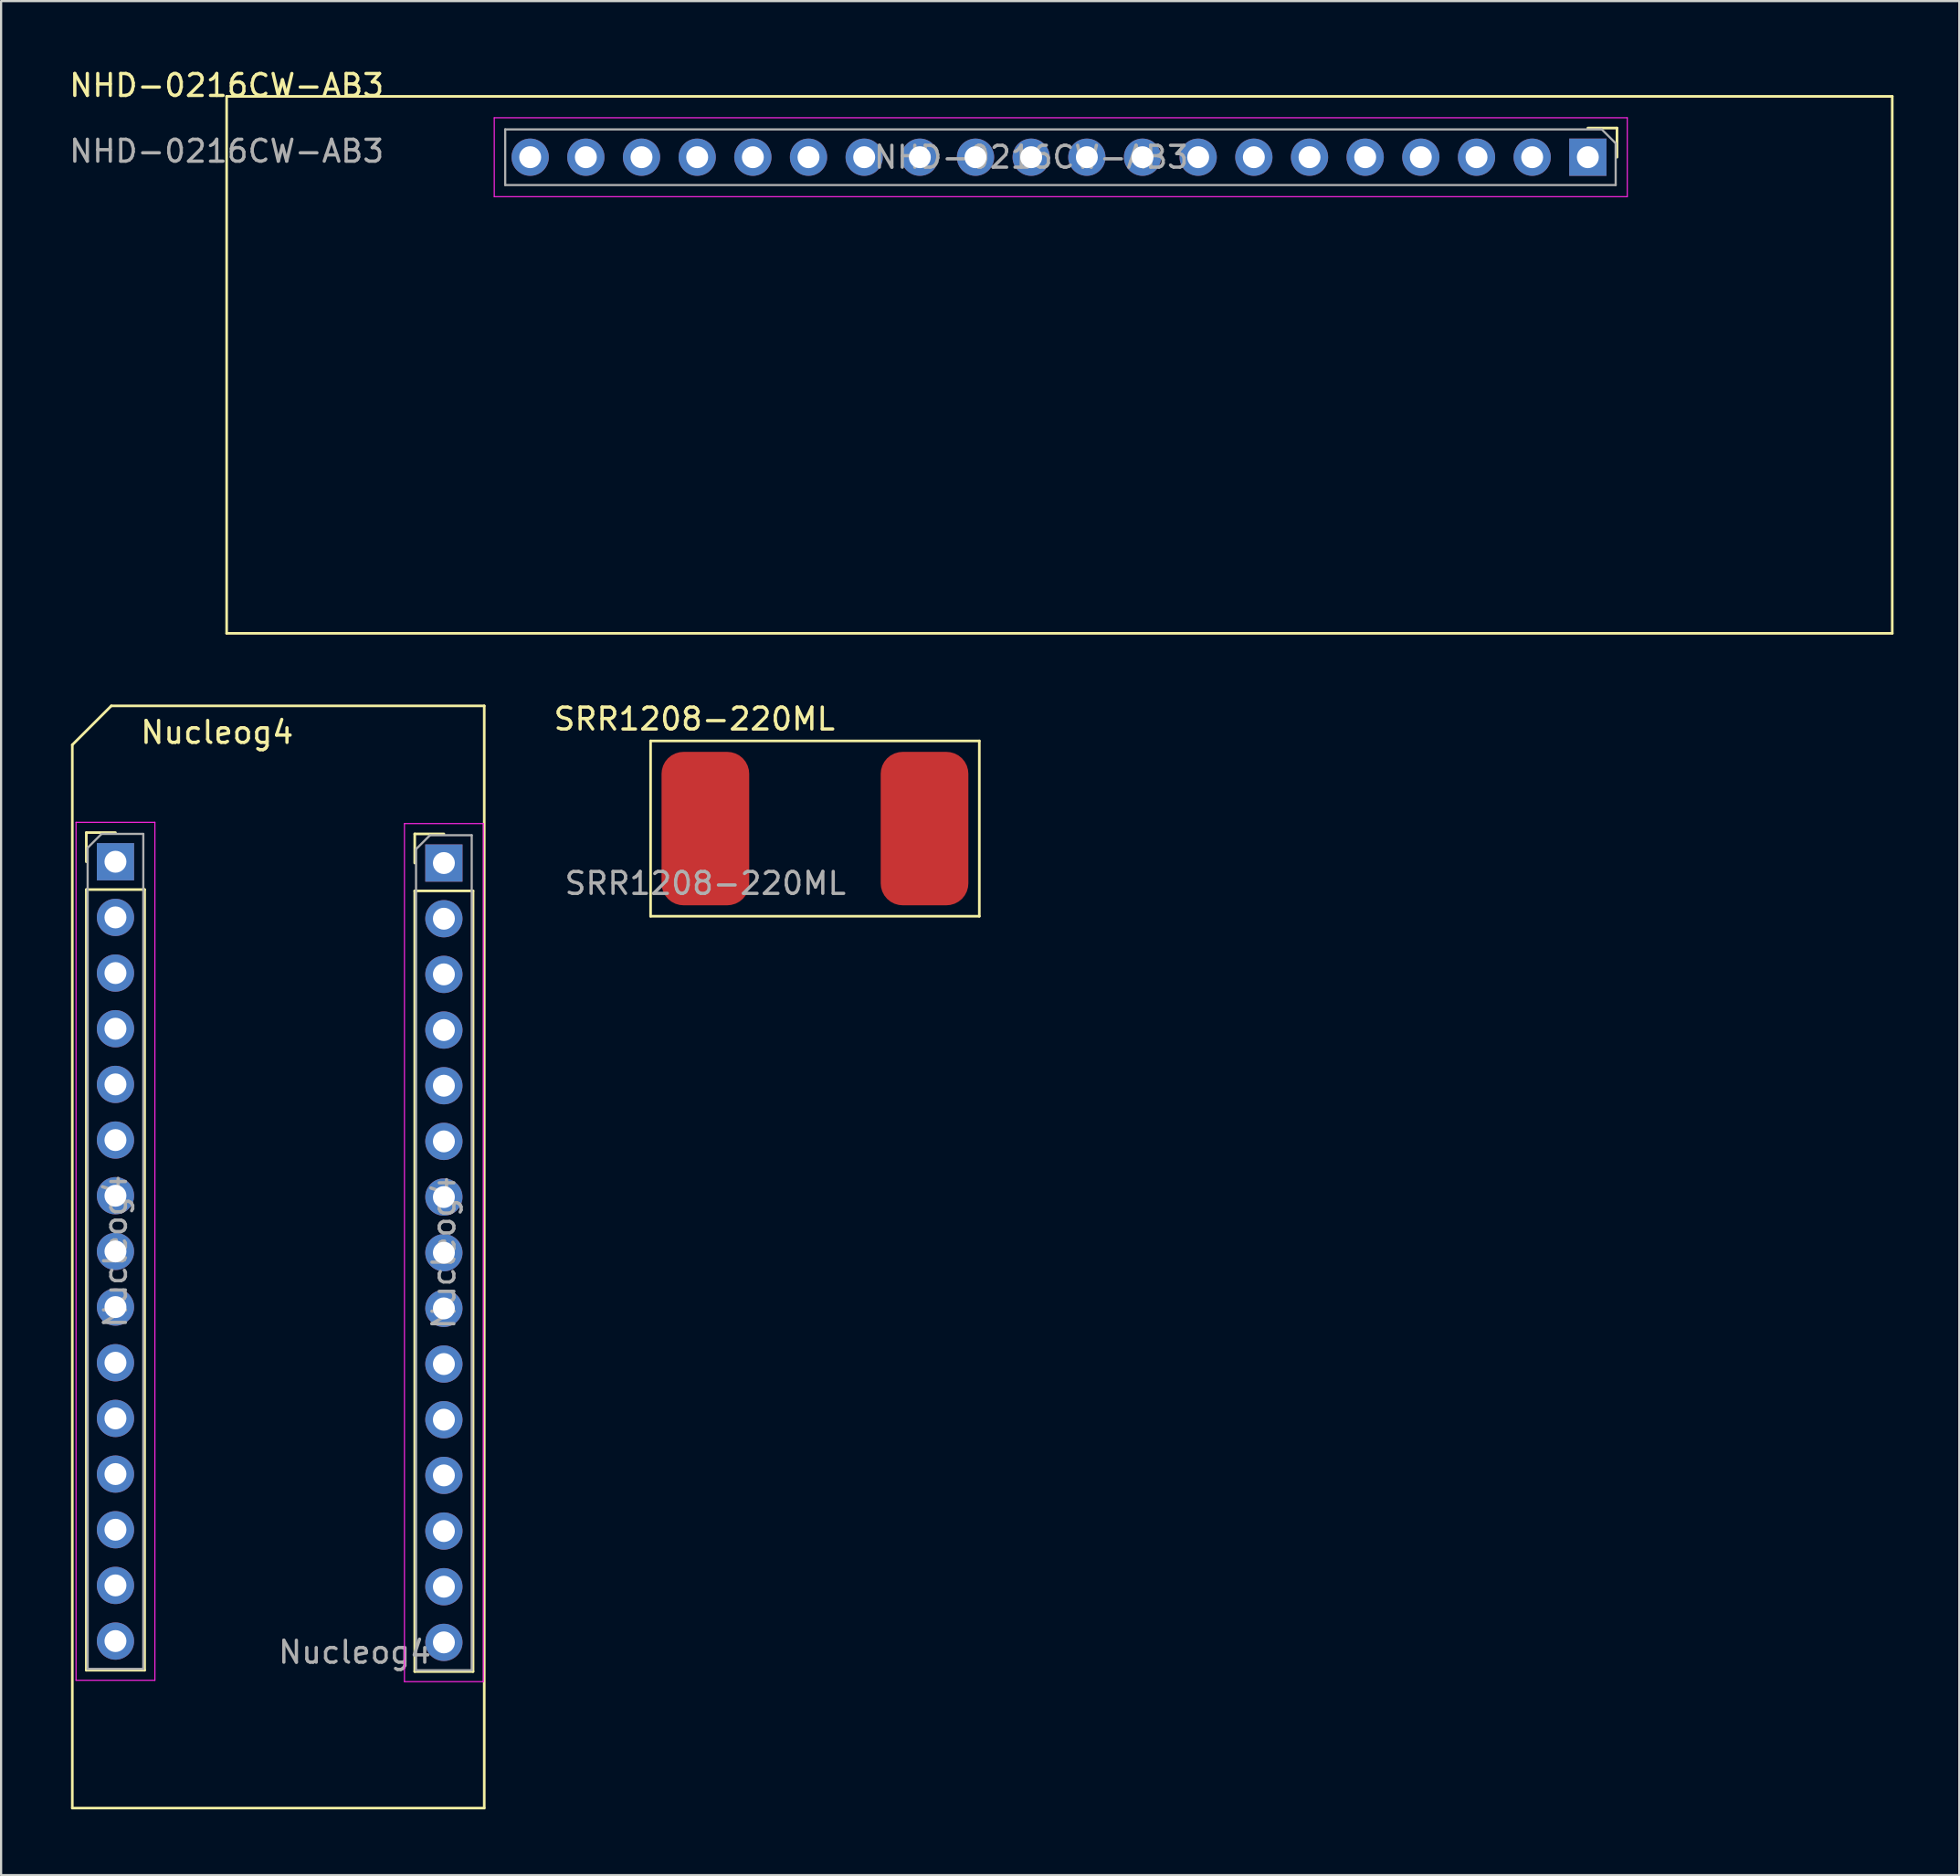
<source format=kicad_pcb>
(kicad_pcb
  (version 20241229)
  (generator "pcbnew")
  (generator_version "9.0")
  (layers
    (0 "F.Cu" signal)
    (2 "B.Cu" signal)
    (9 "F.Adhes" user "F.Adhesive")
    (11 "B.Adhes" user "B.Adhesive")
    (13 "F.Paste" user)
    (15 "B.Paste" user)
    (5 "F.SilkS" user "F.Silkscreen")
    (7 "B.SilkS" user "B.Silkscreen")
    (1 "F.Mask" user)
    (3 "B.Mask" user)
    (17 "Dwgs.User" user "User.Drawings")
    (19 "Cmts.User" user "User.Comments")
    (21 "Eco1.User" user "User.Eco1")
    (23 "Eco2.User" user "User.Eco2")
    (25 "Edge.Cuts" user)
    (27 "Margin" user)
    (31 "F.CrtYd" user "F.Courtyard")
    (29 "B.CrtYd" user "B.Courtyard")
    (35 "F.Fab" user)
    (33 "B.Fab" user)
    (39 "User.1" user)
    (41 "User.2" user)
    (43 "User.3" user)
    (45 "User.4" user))
  (footprint "NHD-0216CW-AB3"
    (layer "F.Cu")
    (at 7.292 1.348)
    (property "Reference" "NHD-0216CW-AB3" (at 0 -0.5 0) (unlocked yes) (layer "F.SilkS") (effects (font (size 1 1) (thickness 0.15))))
    (attr smd)
    (fp_line (start 0 0) (end 76 0) (stroke (width 0.12) (type solid)) (layer "F.SilkS"))
    (fp_line (start 0 24.5) (end 0 0) (stroke (width 0.12) (type solid)) (layer "F.SilkS"))
    (fp_line (start 62.11 1.445) (end 63.44 1.445) (stroke (width 0.12) (type solid)) (layer "F.SilkS"))
    (fp_line (start 63.44 1.445) (end 63.44 2.775) (stroke (width 0.12) (type solid)) (layer "F.SilkS"))
    (fp_line (start 76 0) (end 76 24.5) (stroke (width 0.12) (type solid)) (layer "F.SilkS"))
    (fp_line (start 76 24.5) (end 0 24.5) (stroke (width 0.12) (type solid)) (layer "F.SilkS"))
    (fp_line (start 12.21 0.975) (end 12.21 4.575) (stroke (width 0.05) (type solid)) (layer "F.CrtYd"))
    (fp_line (start 12.21 4.575) (end 63.91 4.575) (stroke (width 0.05) (type solid)) (layer "F.CrtYd"))
    (fp_line (start 63.91 0.975) (end 12.21 0.975) (stroke (width 0.05) (type solid)) (layer "F.CrtYd"))
    (fp_line (start 63.91 4.575) (end 63.91 0.975) (stroke (width 0.05) (type solid)) (layer "F.CrtYd"))
    (fp_line (start 12.71 1.505) (end 62.745 1.505) (stroke (width 0.1) (type solid)) (layer "F.Fab"))
    (fp_line (start 12.71 4.045) (end 12.71 1.505) (stroke (width 0.1) (type solid)) (layer "F.Fab"))
    (fp_line (start 62.745 1.505) (end 63.38 2.14) (stroke (width 0.1) (type solid)) (layer "F.Fab"))
    (fp_line (start 63.38 2.14) (end 63.38 4.045) (stroke (width 0.1) (type solid)) (layer "F.Fab"))
    (fp_line (start 63.38 4.045) (end 12.71 4.045) (stroke (width 0.1) (type solid)) (layer "F.Fab"))
    (fp_text user "${REFERENCE}" (at 0 2.5 0) (unlocked yes) (layer "F.Fab") (effects (font (size 1 1) (thickness 0.15))))
    (fp_text user "${REFERENCE}" (at 36.71 2.775 0) (layer "F.Fab") (effects (font (size 1 1) (thickness 0.15))))
    (pad "1" thru_hole rect (at 62.11 2.775 270) (size 1.7 1.7) (drill 1) (layers "*.Cu" "*.Mask"))
    (pad "2" thru_hole oval (at 59.57 2.775 270) (size 1.7 1.7) (drill 1) (layers "*.Cu" "*.Mask"))
    (pad "3" thru_hole oval (at 57.03 2.775 270) (size 1.7 1.7) (drill 1) (layers "*.Cu" "*.Mask"))
    (pad "4" thru_hole oval (at 54.49 2.775 270) (size 1.7 1.7) (drill 1) (layers "*.Cu" "*.Mask"))
    (pad "5" thru_hole oval (at 51.95 2.775 270) (size 1.7 1.7) (drill 1) (layers "*.Cu" "*.Mask"))
    (pad "6" thru_hole oval (at 49.41 2.775 270) (size 1.7 1.7) (drill 1) (layers "*.Cu" "*.Mask"))
    (pad "7" thru_hole oval (at 46.87 2.775 270) (size 1.7 1.7) (drill 1) (layers "*.Cu" "*.Mask"))
    (pad "8" thru_hole oval (at 44.33 2.775 270) (size 1.7 1.7) (drill 1) (layers "*.Cu" "*.Mask"))
    (pad "9" thru_hole oval (at 41.79 2.775 270) (size 1.7 1.7) (drill 1) (layers "*.Cu" "*.Mask"))
    (pad "10" thru_hole oval (at 39.25 2.775 270) (size 1.7 1.7) (drill 1) (layers "*.Cu" "*.Mask"))
    (pad "11" thru_hole oval (at 36.71 2.775 270) (size 1.7 1.7) (drill 1) (layers "*.Cu" "*.Mask"))
    (pad "12" thru_hole oval (at 34.17 2.775 270) (size 1.7 1.7) (drill 1) (layers "*.Cu" "*.Mask"))
    (pad "13" thru_hole oval (at 31.63 2.775 270) (size 1.7 1.7) (drill 1) (layers "*.Cu" "*.Mask"))
    (pad "14" thru_hole oval (at 29.09 2.775 270) (size 1.7 1.7) (drill 1) (layers "*.Cu" "*.Mask"))
    (pad "15" thru_hole oval (at 26.55 2.775 270) (size 1.7 1.7) (drill 1) (layers "*.Cu" "*.Mask"))
    (pad "16" thru_hole oval (at 24.01 2.775 270) (size 1.7 1.7) (drill 1) (layers "*.Cu" "*.Mask"))
    (pad "17" thru_hole oval (at 21.47 2.775 270) (size 1.7 1.7) (drill 1) (layers "*.Cu" "*.Mask"))
    (pad "18" thru_hole oval (at 18.93 2.775 270) (size 1.7 1.7) (drill 1) (layers "*.Cu" "*.Mask"))
    (pad "19" thru_hole oval (at 16.39 2.775 270) (size 1.7 1.7) (drill 1) (layers "*.Cu" "*.Mask"))
    (pad "20" thru_hole oval (at 13.85 2.775 270) (size 1.7 1.7) (drill 1) (layers "*.Cu" "*.Mask")))
  (footprint "Nucleog4"
    (layer "F.Cu")
    (at 0.25 29.158)
    (property "Reference" "Nucleog4" (at 6.604 1.21 0) (unlocked yes) (layer "F.SilkS") (effects (font (size 1 1) (thickness 0.15))))
    (attr smd)
    (fp_line (start 0 1.778) (end 0 50.292) (stroke (width 0.12) (type solid)) (layer "F.SilkS"))
    (fp_line (start 0 50.292) (end 18.796 50.292) (stroke (width 0.12) (type solid)) (layer "F.SilkS"))
    (fp_line (start 0.638 5.782) (end 1.968 5.782) (stroke (width 0.12) (type solid)) (layer "F.SilkS"))
    (fp_line (start 0.638 7.112) (end 0.638 5.782) (stroke (width 0.12) (type solid)) (layer "F.SilkS"))
    (fp_line (start 0.638 8.382) (end 0.638 44.002) (stroke (width 0.12) (type solid)) (layer "F.SilkS"))
    (fp_line (start 0.638 8.382) (end 3.299 8.382) (stroke (width 0.12) (type solid)) (layer "F.SilkS"))
    (fp_line (start 0.638 44.002) (end 3.299 44.002) (stroke (width 0.12) (type solid)) (layer "F.SilkS"))
    (fp_line (start 1.778 0) (end 0 1.778) (stroke (width 0.12) (type solid)) (layer "F.SilkS"))
    (fp_line (start 3.299 8.382) (end 3.299 44.002) (stroke (width 0.12) (type solid)) (layer "F.SilkS"))
    (fp_line (start 15.624 5.842) (end 16.954 5.842) (stroke (width 0.12) (type solid)) (layer "F.SilkS"))
    (fp_line (start 15.624 7.172) (end 15.624 5.842) (stroke (width 0.12) (type solid)) (layer "F.SilkS"))
    (fp_line (start 15.624 8.442) (end 15.624 44.062) (stroke (width 0.12) (type solid)) (layer "F.SilkS"))
    (fp_line (start 15.624 8.442) (end 18.285 8.442) (stroke (width 0.12) (type solid)) (layer "F.SilkS"))
    (fp_line (start 15.624 44.062) (end 18.285 44.062) (stroke (width 0.12) (type solid)) (layer "F.SilkS"))
    (fp_line (start 18.285 8.442) (end 18.285 44.062) (stroke (width 0.12) (type solid)) (layer "F.SilkS"))
    (fp_line (start 18.796 0) (end 1.778 0) (stroke (width 0.12) (type solid)) (layer "F.SilkS"))
    (fp_line (start 18.796 50.292) (end 18.796 0) (stroke (width 0.12) (type solid)) (layer "F.SilkS"))
    (fp_line (start 0.169 5.312) (end 0.169 44.462) (stroke (width 0.05) (type solid)) (layer "F.CrtYd"))
    (fp_line (start 0.169 44.462) (end 3.768 44.462) (stroke (width 0.05) (type solid)) (layer "F.CrtYd"))
    (fp_line (start 3.768 5.312) (end 0.169 5.312) (stroke (width 0.05) (type solid)) (layer "F.CrtYd"))
    (fp_line (start 3.768 44.462) (end 3.768 5.312) (stroke (width 0.05) (type solid)) (layer "F.CrtYd"))
    (fp_line (start 15.155 5.372) (end 15.155 44.522) (stroke (width 0.05) (type solid)) (layer "F.CrtYd"))
    (fp_line (start 15.155 44.522) (end 18.755 44.522) (stroke (width 0.05) (type solid)) (layer "F.CrtYd"))
    (fp_line (start 18.755 5.372) (end 15.155 5.372) (stroke (width 0.05) (type solid)) (layer "F.CrtYd"))
    (fp_line (start 18.755 44.522) (end 18.755 5.372) (stroke (width 0.05) (type solid)) (layer "F.CrtYd"))
    (fp_line (start 0.699 6.477) (end 1.333 5.842) (stroke (width 0.1) (type solid)) (layer "F.Fab"))
    (fp_line (start 0.699 43.942) (end 0.699 6.477) (stroke (width 0.1) (type solid)) (layer "F.Fab"))
    (fp_line (start 1.333 5.842) (end 3.239 5.842) (stroke (width 0.1) (type solid)) (layer "F.Fab"))
    (fp_line (start 3.239 5.842) (end 3.239 43.942) (stroke (width 0.1) (type solid)) (layer "F.Fab"))
    (fp_line (start 3.239 43.942) (end 0.699 43.942) (stroke (width 0.1) (type solid)) (layer "F.Fab"))
    (fp_line (start 15.684 6.537) (end 16.32 5.902) (stroke (width 0.1) (type solid)) (layer "F.Fab"))
    (fp_line (start 15.684 44.002) (end 15.684 6.537) (stroke (width 0.1) (type solid)) (layer "F.Fab"))
    (fp_line (start 16.32 5.902) (end 18.224 5.902) (stroke (width 0.1) (type solid)) (layer "F.Fab"))
    (fp_line (start 18.224 5.902) (end 18.224 44.002) (stroke (width 0.1) (type solid)) (layer "F.Fab"))
    (fp_line (start 18.224 44.002) (end 15.684 44.002) (stroke (width 0.1) (type solid)) (layer "F.Fab"))
    (fp_text user "${REFERENCE}" (at 12.89 43.18 0) (unlocked yes) (layer "F.Fab") (effects (font (size 1 1) (thickness 0.15))))
    (fp_text user "${REFERENCE}" (at 16.954 24.952 90) (layer "F.Fab") (effects (font (size 1 1) (thickness 0.15))))
    (fp_text user "${REFERENCE}" (at 1.968 24.892 90) (layer "F.Fab") (effects (font (size 1 1) (thickness 0.15))))
    (pad "1" thru_hole rect (at 1.968 7.112) (size 1.7 1.7) (drill 1) (layers "*.Cu" "*.Mask"))
    (pad "2" thru_hole oval (at 1.968 9.652) (size 1.7 1.7) (drill 1) (layers "*.Cu" "*.Mask"))
    (pad "3" thru_hole oval (at 1.968 12.192) (size 1.7 1.7) (drill 1) (layers "*.Cu" "*.Mask"))
    (pad "4" thru_hole oval (at 1.968 14.732) (size 1.7 1.7) (drill 1) (layers "*.Cu" "*.Mask"))
    (pad "5" thru_hole oval (at 1.968 17.272) (size 1.7 1.7) (drill 1) (layers "*.Cu" "*.Mask"))
    (pad "6" thru_hole oval (at 1.968 19.812) (size 1.7 1.7) (drill 1) (layers "*.Cu" "*.Mask"))
    (pad "7" thru_hole oval (at 1.968 22.352) (size 1.7 1.7) (drill 1) (layers "*.Cu" "*.Mask"))
    (pad "8" thru_hole oval (at 1.968 24.892) (size 1.7 1.7) (drill 1) (layers "*.Cu" "*.Mask"))
    (pad "9" thru_hole oval (at 1.968 27.432) (size 1.7 1.7) (drill 1) (layers "*.Cu" "*.Mask"))
    (pad "10" thru_hole oval (at 1.968 29.972) (size 1.7 1.7) (drill 1) (layers "*.Cu" "*.Mask"))
    (pad "11" thru_hole oval (at 1.968 32.512) (size 1.7 1.7) (drill 1) (layers "*.Cu" "*.Mask"))
    (pad "12" thru_hole oval (at 1.968 35.052) (size 1.7 1.7) (drill 1) (layers "*.Cu" "*.Mask"))
    (pad "13" thru_hole oval (at 1.968 37.592) (size 1.7 1.7) (drill 1) (layers "*.Cu" "*.Mask"))
    (pad "14" thru_hole oval (at 1.968 40.132) (size 1.7 1.7) (drill 1) (layers "*.Cu" "*.Mask"))
    (pad "15" thru_hole oval (at 1.968 42.672) (size 1.7 1.7) (drill 1) (layers "*.Cu" "*.Mask"))
    (pad "16" thru_hole rect (at 16.954 7.172) (size 1.7 1.7) (drill 1) (layers "*.Cu" "*.Mask"))
    (pad "17" thru_hole oval (at 16.954 9.712) (size 1.7 1.7) (drill 1) (layers "*.Cu" "*.Mask"))
    (pad "18" thru_hole oval (at 16.954 12.252) (size 1.7 1.7) (drill 1) (layers "*.Cu" "*.Mask"))
    (pad "19" thru_hole oval (at 16.954 14.792) (size 1.7 1.7) (drill 1) (layers "*.Cu" "*.Mask"))
    (pad "20" thru_hole oval (at 16.954 17.332) (size 1.7 1.7) (drill 1) (layers "*.Cu" "*.Mask"))
    (pad "21" thru_hole oval (at 16.954 19.872) (size 1.7 1.7) (drill 1) (layers "*.Cu" "*.Mask"))
    (pad "22" thru_hole oval (at 16.954 22.412) (size 1.7 1.7) (drill 1) (layers "*.Cu" "*.Mask"))
    (pad "23" thru_hole oval (at 16.954 24.952) (size 1.7 1.7) (drill 1) (layers "*.Cu" "*.Mask"))
    (pad "24" thru_hole oval (at 16.954 27.492) (size 1.7 1.7) (drill 1) (layers "*.Cu" "*.Mask"))
    (pad "25" thru_hole oval (at 16.954 30.032) (size 1.7 1.7) (drill 1) (layers "*.Cu" "*.Mask"))
    (pad "26" thru_hole oval (at 16.954 32.572) (size 1.7 1.7) (drill 1) (layers "*.Cu" "*.Mask"))
    (pad "27" thru_hole oval (at 16.954 35.112) (size 1.7 1.7) (drill 1) (layers "*.Cu" "*.Mask"))
    (pad "28" thru_hole oval (at 16.954 37.652) (size 1.7 1.7) (drill 1) (layers "*.Cu" "*.Mask"))
    (pad "29" thru_hole oval (at 16.954 40.192) (size 1.7 1.7) (drill 1) (layers "*.Cu" "*.Mask"))
    (pad "30" thru_hole oval (at 16.954 42.732) (size 1.7 1.7) (drill 1) (layers "*.Cu" "*.Mask")))
  (footprint "SRR1208-220ML"
    (layer "F.Cu")
    (at 34.136 34.757)
    (property "Reference" "SRR1208-220ML" (at -5.5 -5 0) (unlocked yes) (layer "F.SilkS") (effects (font (size 1 1) (thickness 0.15))))
    (attr smd)
    (fp_line (start -7.5 -4) (end -7.5 4) (stroke (width 0.12) (type solid)) (layer "F.SilkS"))
    (fp_line (start -7.5 4) (end 7.5 4) (stroke (width 0.12) (type solid)) (layer "F.SilkS"))
    (fp_line (start 7.5 -4) (end -7.5 -4) (stroke (width 0.12) (type solid)) (layer "F.SilkS"))
    (fp_line (start 7.5 4) (end 7.5 -4) (stroke (width 0.12) (type solid)) (layer "F.SilkS"))
    (fp_text user "${REFERENCE}" (at -5 2.5 0) (unlocked yes) (layer "F.Fab") (effects (font (size 1 1) (thickness 0.15))))
    (pad "1" smd roundrect (at -5 0) (size 4 7) (layers "F.Cu" "F.Mask" "F.Paste") (roundrect_rratio 0.25))
    (pad "2" smd roundrect (at 5 0) (size 4 7) (layers "F.Cu" "F.Mask" "F.Paste") (roundrect_rratio 0.25)))
  (gr_rect
    (start -3 -3)
    (end 86.352 82.51)
    (stroke (width 0.1) (type default))
    (fill no)
    (layer "Edge.Cuts")))
</source>
